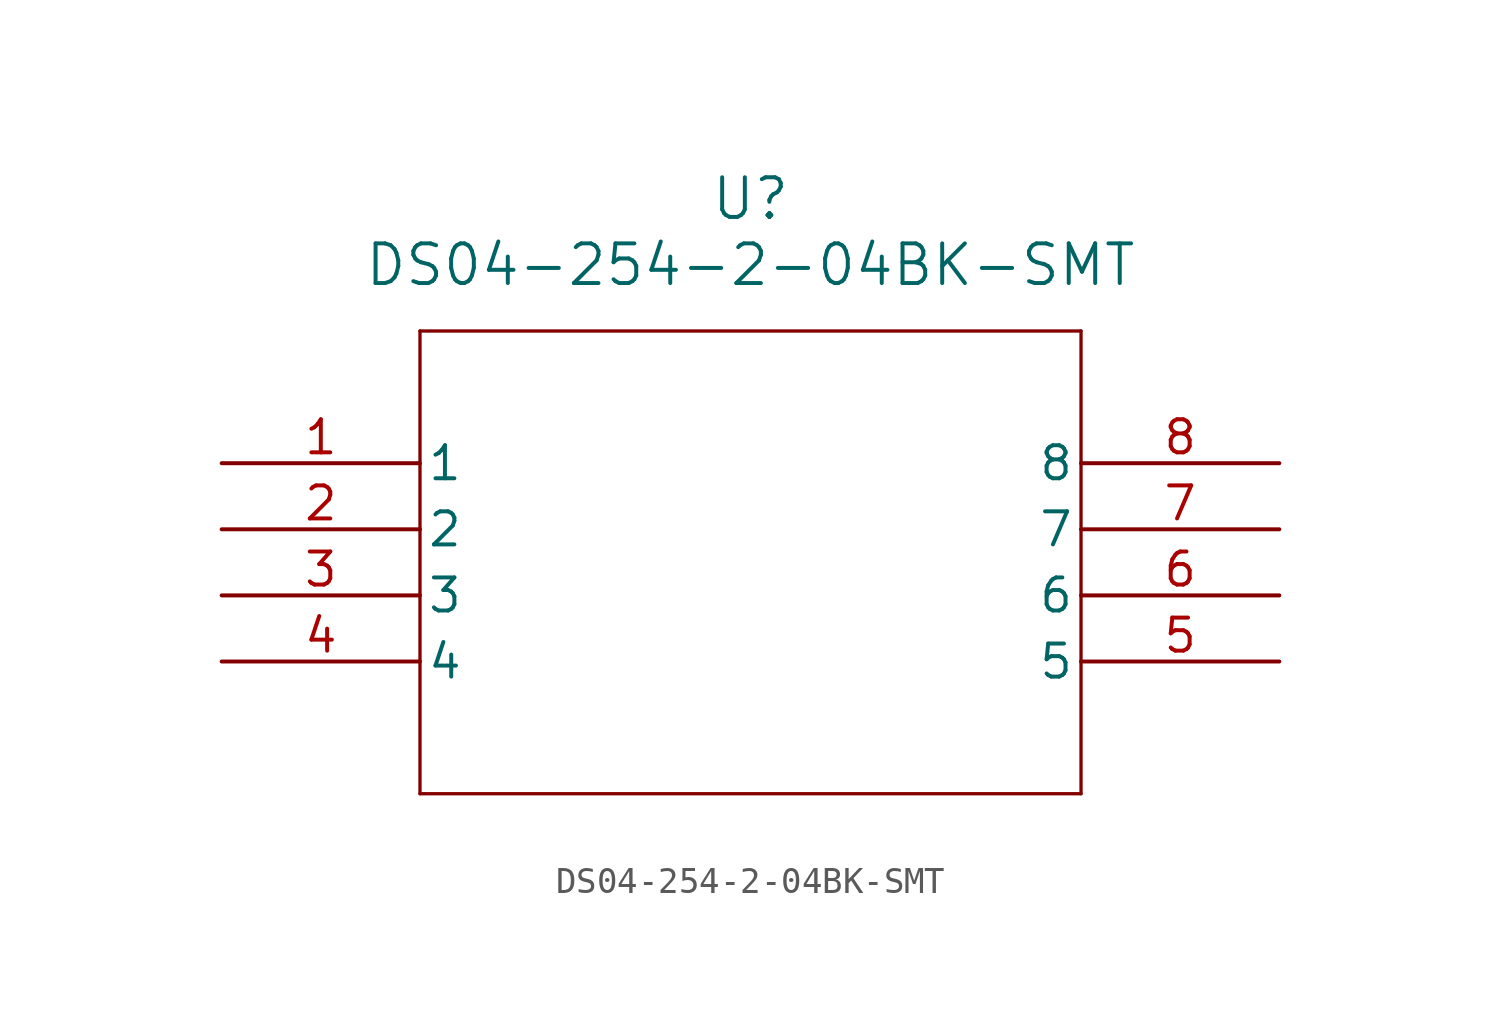
<source format=kicad_sym>
(kicad_symbol_lib
  (version 20211014)
  (generator kicad_symbol_editor)
  (symbol "DS04-254-2-04BK-SMT"
    (pin_names
      (offset 0.254))
    (property "Reference" "U"
      (at 20.32 10.16 0)
      (effects (font (size 1.524 1.524))))
    (property "Value" "DS04-254-2-04BK-SMT"
      (at 20.32 7.62 0)
      (effects (font (size 1.524 1.524))))
    (symbol "DS04-254-2-04BK-SMT_0_1"
      (polyline (pts (xy 7.62 5.08) (xy 7.62 -12.7)) (stroke (width 0.127) (type default) (color 0 0 0 0)) (fill (type none)))
      (polyline (pts (xy 7.62 -12.7) (xy 33.02 -12.7)) (stroke (width 0.127) (type default) (color 0 0 0 0)) (fill (type none)))
      (polyline (pts (xy 33.02 -12.7) (xy 33.02 5.08)) (stroke (width 0.127) (type default) (color 0 0 0 0)) (fill (type none)))
      (polyline (pts (xy 33.02 5.08) (xy 7.62 5.08)) (stroke (width 0.127) (type default) (color 0 0 0 0)) (fill (type none)))
      (pin unspecified line (at 0 0 0) (length 7.62) (name "1" (effects (font (size 1.27 1.27)))) (number "1" (effects (font (size 1.27 1.27)))))
      (pin unspecified line (at 0 -2.54 0) (length 7.62) (name "2" (effects (font (size 1.27 1.27)))) (number "2" (effects (font (size 1.27 1.27)))))
      (pin unspecified line (at 0 -5.08 0) (length 7.62) (name "3" (effects (font (size 1.27 1.27)))) (number "3" (effects (font (size 1.27 1.27)))))
      (pin unspecified line (at 0 -7.62 0) (length 7.62) (name "4" (effects (font (size 1.27 1.27)))) (number "4" (effects (font (size 1.27 1.27)))))
      (pin unspecified line (at 40.64 -7.62 180) (length 7.62) (name "5" (effects (font (size 1.27 1.27)))) (number "5" (effects (font (size 1.27 1.27)))))
      (pin unspecified line (at 40.64 -5.08 180) (length 7.62) (name "6" (effects (font (size 1.27 1.27)))) (number "6" (effects (font (size 1.27 1.27)))))
      (pin unspecified line (at 40.64 -2.54 180) (length 7.62) (name "7" (effects (font (size 1.27 1.27)))) (number "7" (effects (font (size 1.27 1.27)))))
      (pin unspecified line (at 40.64 0 180) (length 7.62) (name "8" (effects (font (size 1.27 1.27)))) (number "8" (effects (font (size 1.27 1.27))))))))
</source>
